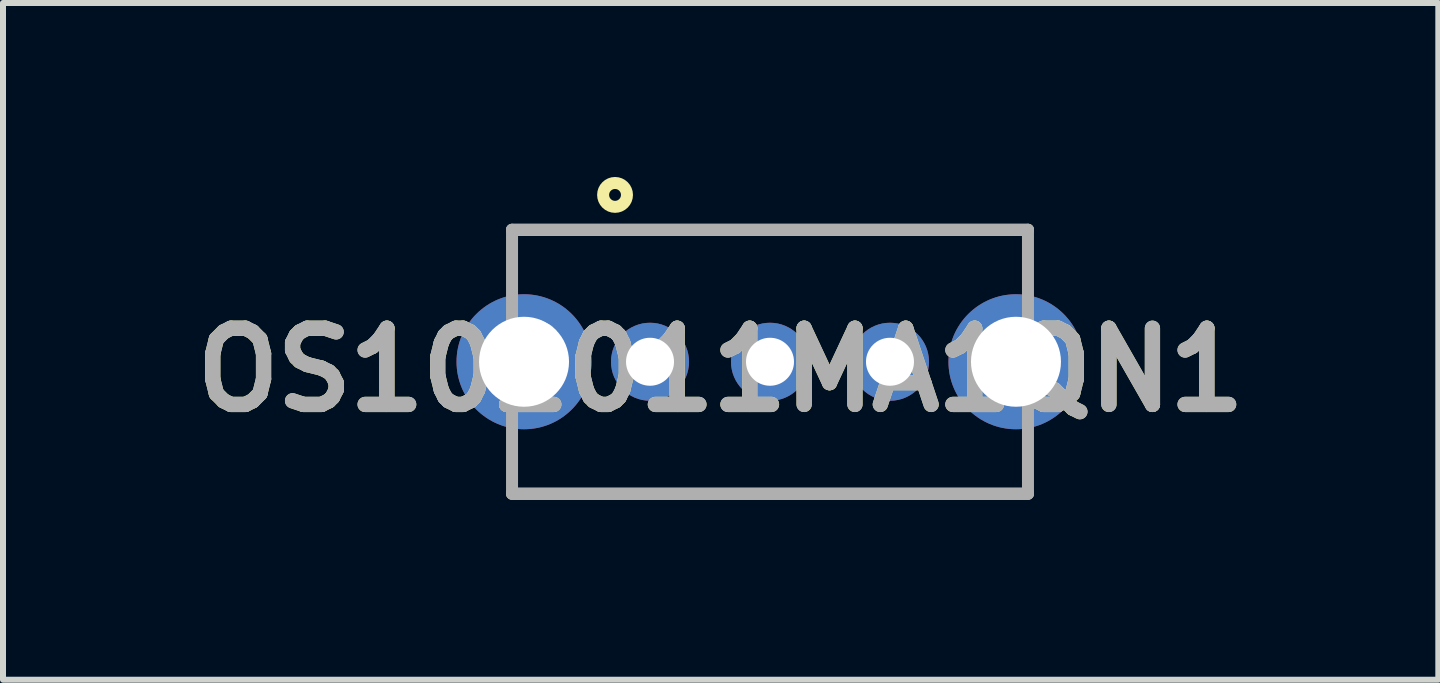
<source format=kicad_pcb>
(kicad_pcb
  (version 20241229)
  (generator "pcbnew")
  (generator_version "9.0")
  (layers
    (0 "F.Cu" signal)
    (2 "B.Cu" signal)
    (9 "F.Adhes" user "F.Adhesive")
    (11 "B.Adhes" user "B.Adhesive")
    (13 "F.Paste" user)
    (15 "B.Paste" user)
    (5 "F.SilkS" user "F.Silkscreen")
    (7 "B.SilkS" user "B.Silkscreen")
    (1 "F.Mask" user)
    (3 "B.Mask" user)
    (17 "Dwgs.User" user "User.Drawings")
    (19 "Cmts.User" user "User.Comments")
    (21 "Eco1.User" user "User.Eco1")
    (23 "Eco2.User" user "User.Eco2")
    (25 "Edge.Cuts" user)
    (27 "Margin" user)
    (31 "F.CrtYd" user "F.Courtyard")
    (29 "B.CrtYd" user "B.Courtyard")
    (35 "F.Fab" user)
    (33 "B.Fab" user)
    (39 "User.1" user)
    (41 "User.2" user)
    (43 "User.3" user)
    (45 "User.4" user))
  (footprint "OS102011MA1QN1"
    (layer "F.Cu")
    (at 9.785 2.98)
    (property "Reference" "OS102011MA1QN1" (at -0.822 0.137 0) (layer "F.SilkS") (effects (font (size 1.27 1.27) (thickness 0.254))))
    (attr through_hole)
    (fp_line (start -4.3 -2.2) (end 4.3 -2.2) (stroke (width 0.2) (type solid)) (layer "F.SilkS"))
    (fp_line (start -4.3 2.2) (end 4.3 2.2) (stroke (width 0.2) (type solid)) (layer "F.SilkS"))
    (fp_circle (center -2.583 -2.781) (end -2.583 -2.682) (stroke (width 0.2) (type solid)) (fill no) (layer "F.SilkS"))
    (fp_line (start -4.3 -2.2) (end 4.3 -2.2) (stroke (width 0.2) (type solid)) (layer "F.Fab"))
    (fp_line (start -4.3 2.2) (end -4.3 -2.2) (stroke (width 0.2) (type solid)) (layer "F.Fab"))
    (fp_line (start 4.3 -2.2) (end 4.3 2.2) (stroke (width 0.2) (type solid)) (layer "F.Fab"))
    (fp_line (start 4.3 2.2) (end -4.3 2.2) (stroke (width 0.2) (type solid)) (layer "F.Fab"))
    (fp_text user "${REFERENCE}" (at -0.822 0.137 0) (layer "F.Fab") (effects (font (size 1.27 1.27) (thickness 0.254))))
    (pad "1" thru_hole circle (at -2 0) (size 1.3 1.3) (drill 0.8) (layers "*.Cu" "*.Mask"))
    (pad "2" thru_hole circle (at 0 0) (size 1.3 1.3) (drill 0.8) (layers "*.Cu" "*.Mask"))
    (pad "3" thru_hole circle (at 2 0) (size 1.3 1.3) (drill 0.8) (layers "*.Cu" "*.Mask"))
    (pad "4" thru_hole circle (at -4.1 0) (size 2.25 2.25) (drill 1.5) (layers "*.Cu" "*.Mask"))
    (pad "5" thru_hole circle (at 4.1 0) (size 2.25 2.25) (drill 1.5) (layers "*.Cu" "*.Mask")))
  (gr_rect
    (start -3 -3)
    (end 20.925 8.28)
    (stroke (width 0.1) (type default))
    (fill no)
    (layer "Edge.Cuts")))
</source>
